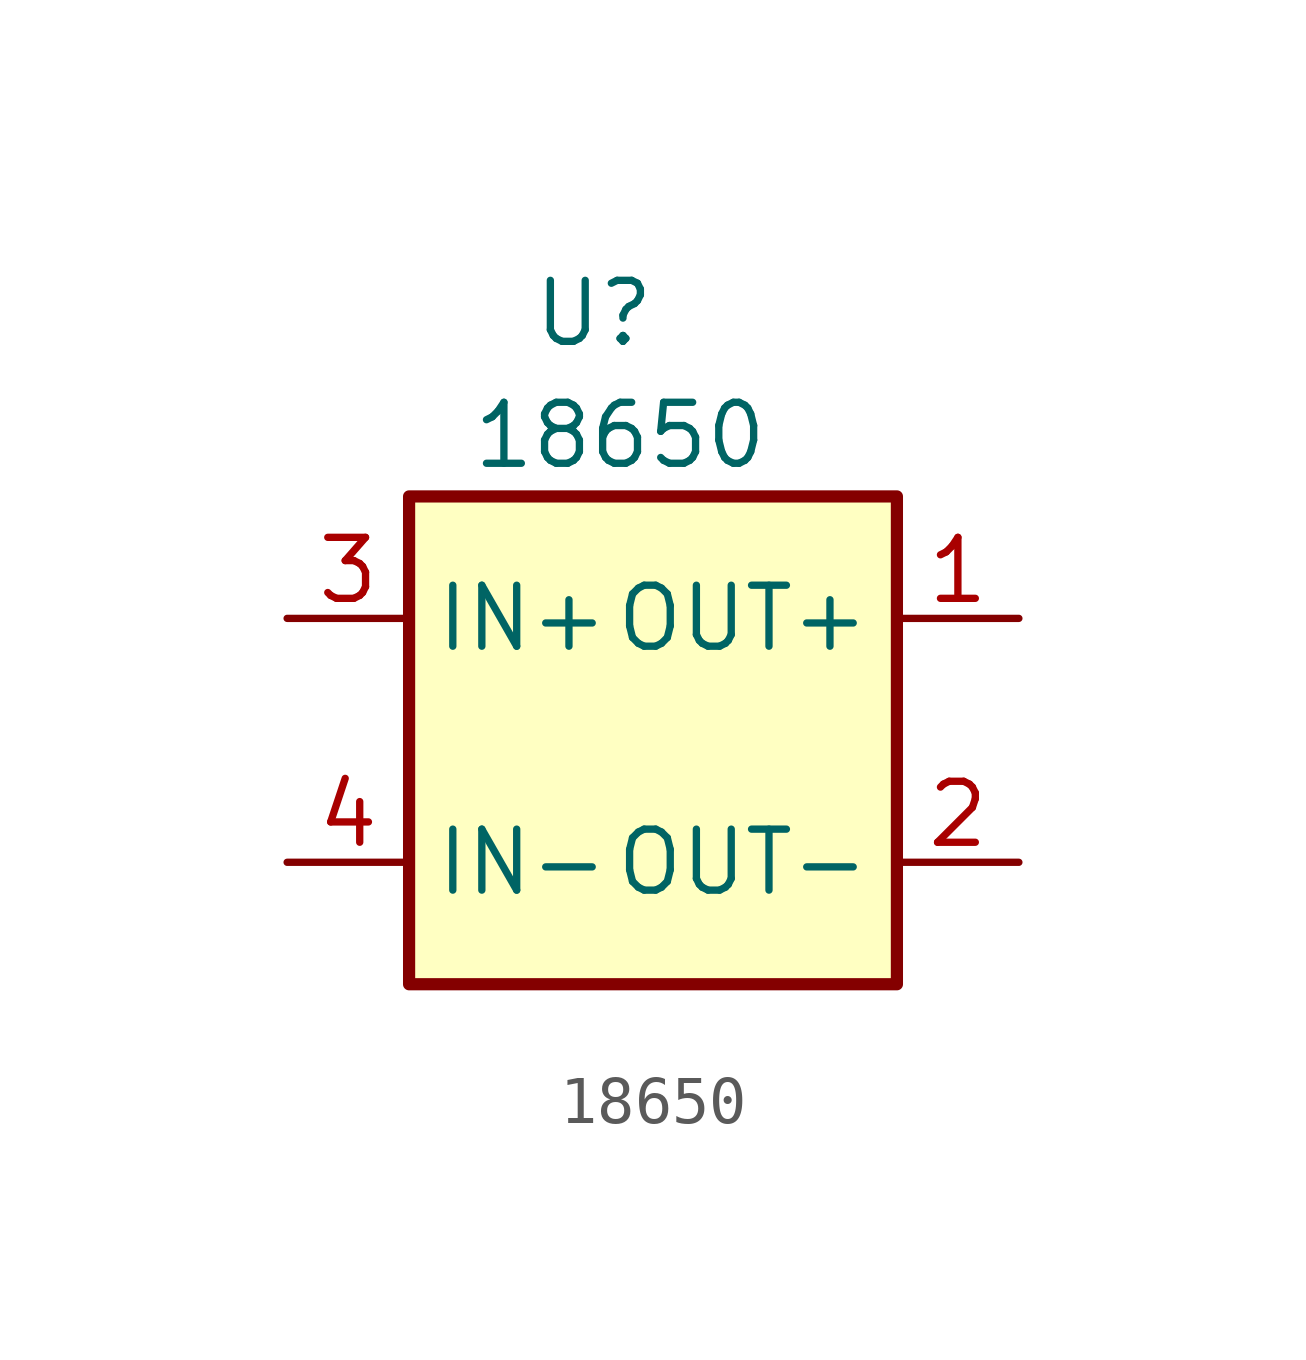
<source format=kicad_sym>
(kicad_symbol_lib
  (version 20231120)
  (generator "kicad_symbol_editor")
  (generator_version "8.0")
  (symbol "18650"
    (property "Reference" "U"
      (at -2.54 8.89 0)
      (effects (font (size 1.27 1.27)) (justify left)))
    (property "Value" "18650"
      (at -3.81 6.35 0)
      (effects (font (size 1.27 1.27)) (justify left)))
    (symbol "18650_0_1"
      (rectangle (start -5.08 5.08) (end 5.08 -5.08) (stroke (width 0.254) (type default)) (fill (type background))))
    (symbol "18650_1_1"
      (pin passive line (at 7.62 2.54 180) (length 2.54) (name "OUT+" (effects (font (size 1.27 1.27)))) (number "1" (effects (font (size 1.27 1.27)))))
      (pin input line (at 7.62 -2.54 180) (length 2.54) (name "OUT-" (effects (font (size 1.27 1.27)))) (number "2" (effects (font (size 1.27 1.27)))))
      (pin power_in line (at -7.62 2.54 0) (length 2.54) (name "IN+" (effects (font (size 1.27 1.27)))) (number "3" (effects (font (size 1.27 1.27)))))
      (pin input line (at -7.62 -2.54 0) (length 2.54) (name "IN-" (effects (font (size 1.27 1.27)))) (number "4" (effects (font (size 1.27 1.27)))))
      (pin no_connect line (at 5.08 0 180) (length 2.54) hide (name "NC" (effects (font (size 1.27 1.27)))) (number "6" (effects (font (size 1.27 1.27))))))))
</source>
